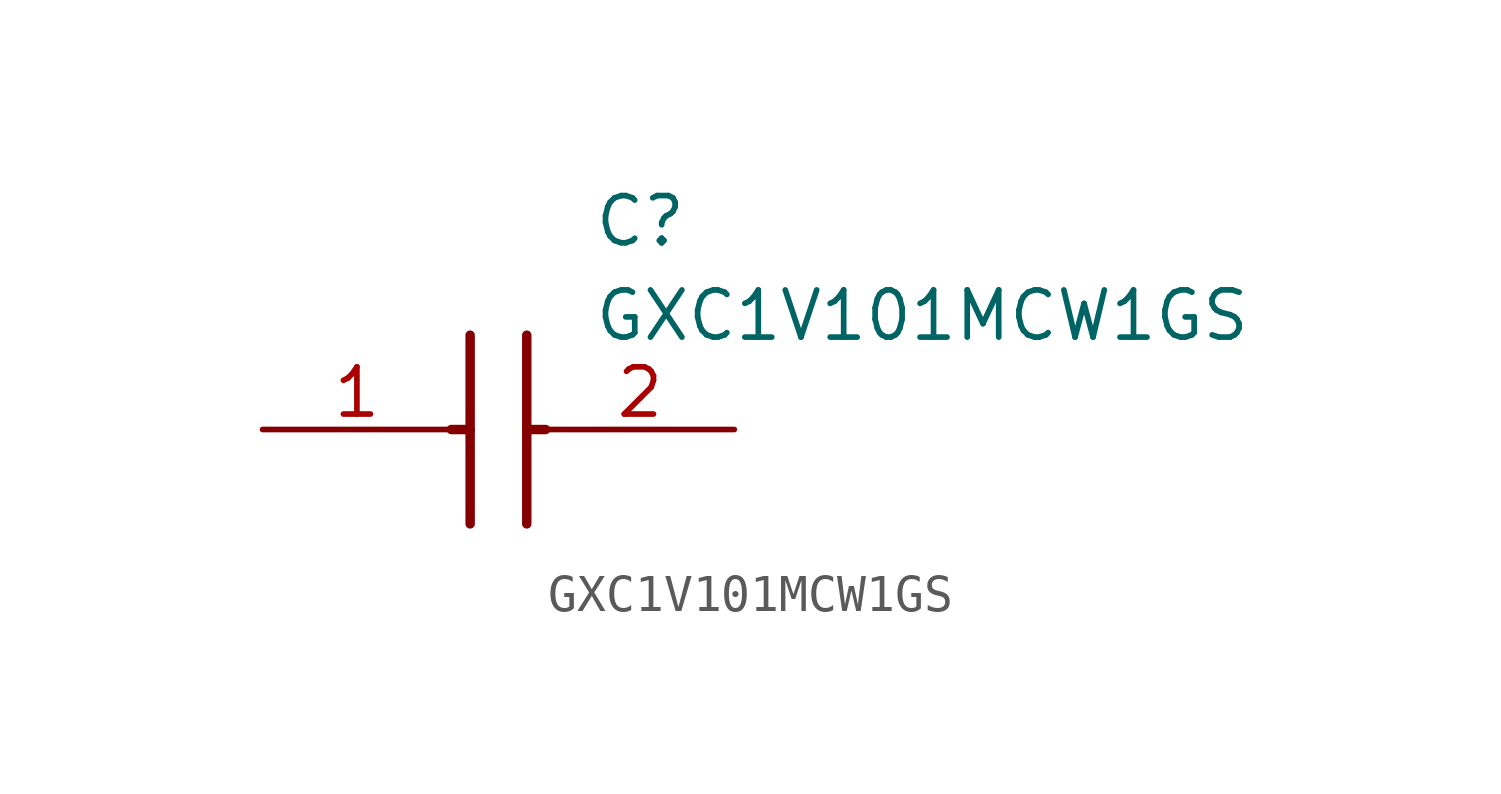
<source format=kicad_sym>
(kicad_symbol_lib
  (version 20211014)
  (generator SamacSys_ECAD_Model)
  (symbol "GXC1V101MCW1GS"
    (pin_names hide)
    (property "Reference" "C"
      (at 8.89 6.35 0)
      (effects (font (size 1.27 1.27)) (justify left top)))
    (property "Value" "GXC1V101MCW1GS"
      (at 8.89 3.81 0)
      (effects (font (size 1.27 1.27)) (justify left top)))
    (polyline
      (pts (xy 5.588 2.54) (xy 5.588 -2.54))
      (stroke (width 0.254) (type default))
      (fill (type none)))
    (polyline
      (pts (xy 7.112 2.54) (xy 7.112 -2.54))
      (stroke (width 0.254) (type default))
      (fill (type none)))
    (polyline
      (pts (xy 5.08 0) (xy 5.588 0))
      (stroke (width 0.254) (type default))
      (fill (type none)))
    (polyline
      (pts (xy 7.112 0) (xy 7.62 0))
      (stroke (width 0.254) (type default))
      (fill (type none)))
    (pin passive line
      (at 0 0 0)
      (length 5.08)
      (name "+" (effects (font (size 1.27 1.27))))
      (number "1" (effects (font (size 1.27 1.27)))))
    (pin passive line
      (at 12.7 0 180)
      (length 5.08)
      (name "-" (effects (font (size 1.27 1.27))))
      (number "2" (effects (font (size 1.27 1.27)))))))
</source>
